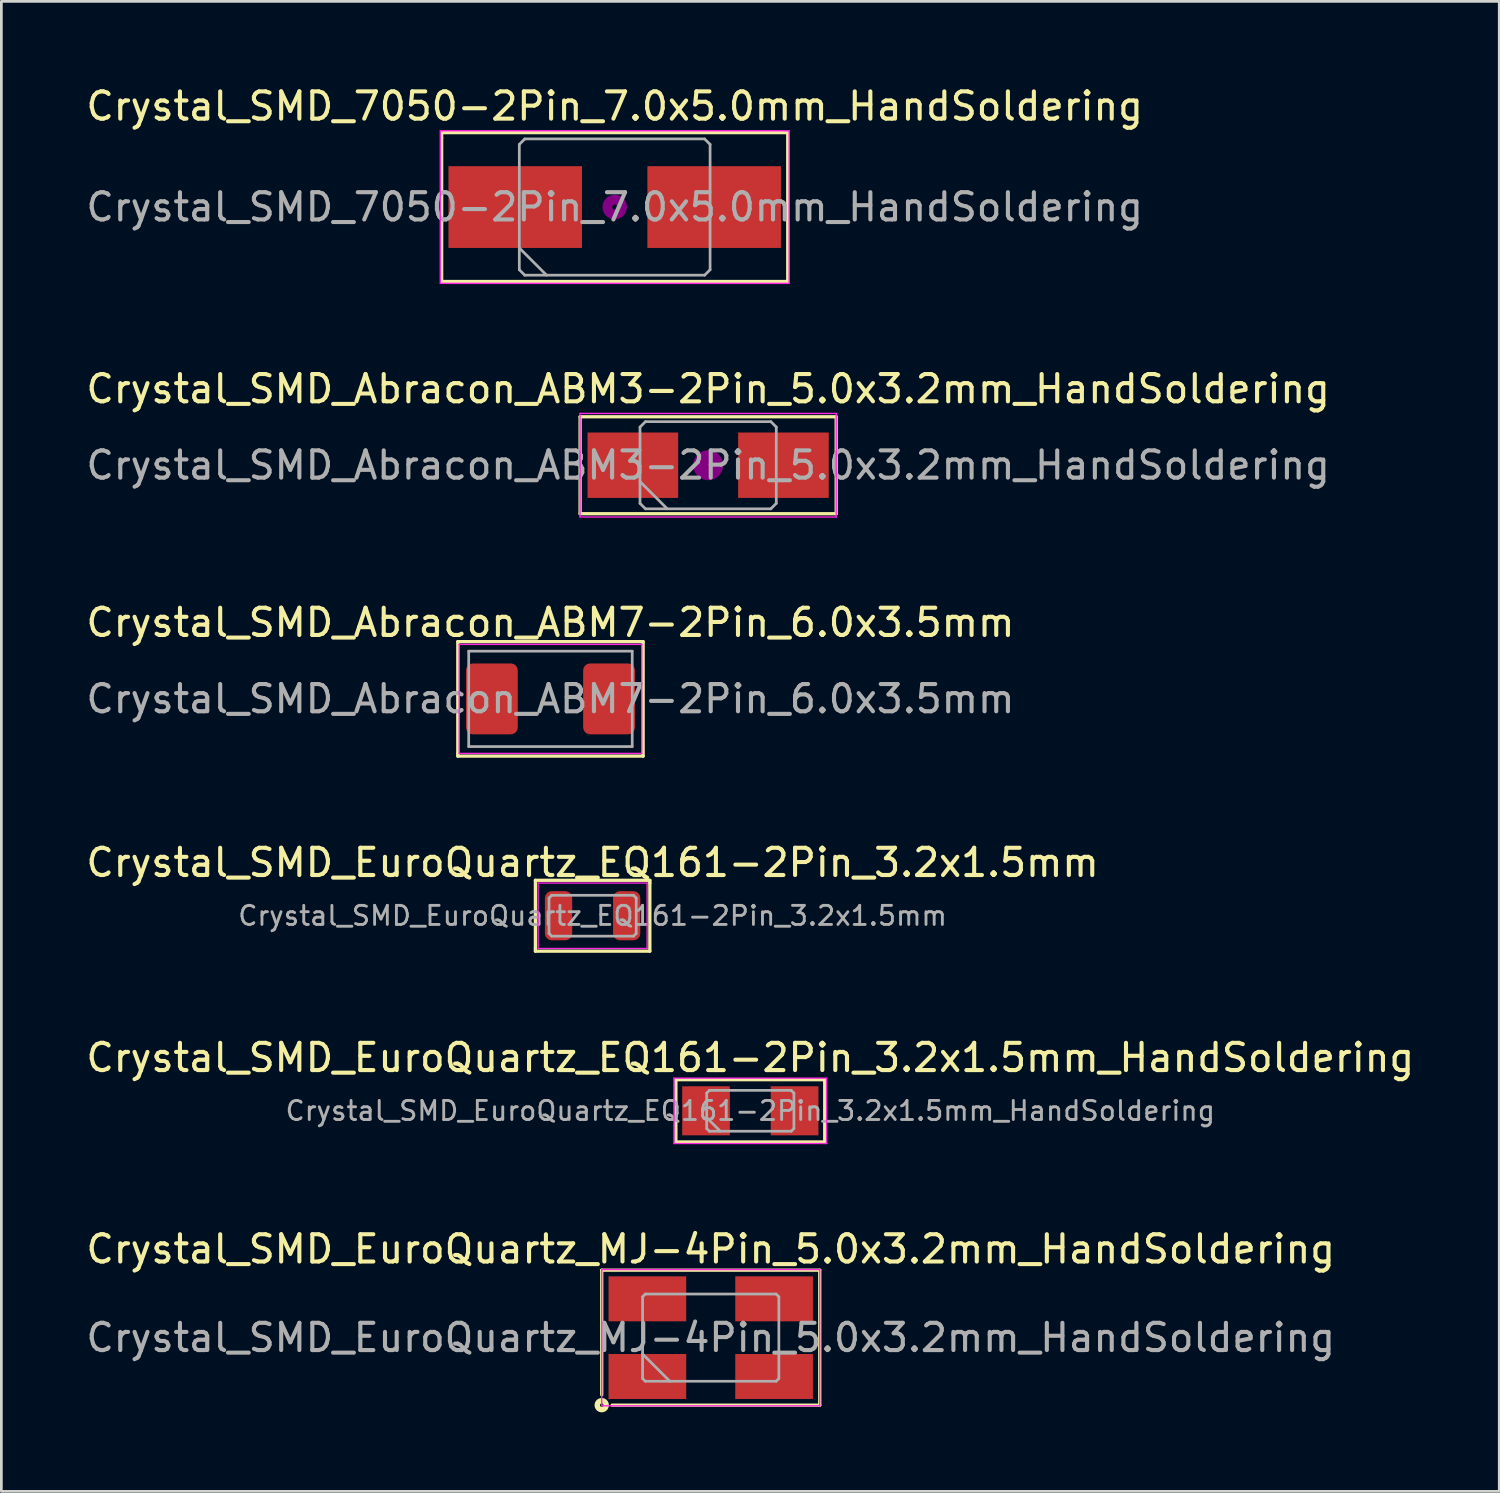
<source format=kicad_pcb>
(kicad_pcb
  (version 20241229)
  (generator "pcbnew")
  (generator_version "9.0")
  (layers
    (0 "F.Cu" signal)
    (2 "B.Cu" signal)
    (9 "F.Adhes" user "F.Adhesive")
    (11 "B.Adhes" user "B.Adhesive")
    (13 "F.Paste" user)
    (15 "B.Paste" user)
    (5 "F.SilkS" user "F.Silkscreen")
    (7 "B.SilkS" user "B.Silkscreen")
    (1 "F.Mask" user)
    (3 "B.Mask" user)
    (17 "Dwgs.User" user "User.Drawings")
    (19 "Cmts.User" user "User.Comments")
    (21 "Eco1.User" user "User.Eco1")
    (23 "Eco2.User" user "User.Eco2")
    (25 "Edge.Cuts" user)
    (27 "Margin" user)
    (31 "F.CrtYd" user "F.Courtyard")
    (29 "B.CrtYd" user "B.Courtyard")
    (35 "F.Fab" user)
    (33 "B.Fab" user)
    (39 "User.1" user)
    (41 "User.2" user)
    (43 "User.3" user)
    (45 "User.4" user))
  (footprint "Crystal_SMD_EuroQuartz_EQ161-2Pin_3.2x1.5mm"
    (layer "F.Cu")
    (at 18.696 30.553)
    (property "Reference" "Crystal_SMD_EuroQuartz_EQ161-2Pin_3.2x1.5mm" (at 0 -1.95 0) (layer "F.SilkS") (effects (font (size 1 1) (thickness 0.15))))
    (attr smd)
    (fp_line (start -2.1 -1.3) (end -2.1 1.2) (stroke (width 0.12) (type solid)) (layer "F.SilkS"))
    (fp_line (start -2.1 1.2) (end -2.1 1.3) (stroke (width 0.12) (type solid)) (layer "F.SilkS"))
    (fp_line (start -2.1 1.3) (end 2.1 1.3) (stroke (width 0.12) (type solid)) (layer "F.SilkS"))
    (fp_line (start 2.1 -1.3) (end -2.1 -1.3) (stroke (width 0.12) (type solid)) (layer "F.SilkS"))
    (fp_line (start 2.1 -1.2) (end 2.1 -1.3) (stroke (width 0.12) (type solid)) (layer "F.SilkS"))
    (fp_line (start 2.1 1.3) (end 2.1 -1.2) (stroke (width 0.12) (type solid)) (layer "F.SilkS"))
    (fp_line (start -2 -1.2) (end -2 1.2) (stroke (width 0.05) (type solid)) (layer "F.CrtYd"))
    (fp_line (start -2 1.2) (end 2 1.2) (stroke (width 0.05) (type solid)) (layer "F.CrtYd"))
    (fp_line (start 2 -1.2) (end -2 -1.2) (stroke (width 0.05) (type solid)) (layer "F.CrtYd"))
    (fp_line (start 2 1.2) (end 2 -1.2) (stroke (width 0.05) (type solid)) (layer "F.CrtYd"))
    (fp_line (start -1.6 -0.65) (end -1.5 -0.75) (stroke (width 0.1) (type solid)) (layer "F.Fab"))
    (fp_line (start -1.6 0.65) (end -1.6 -0.65) (stroke (width 0.1) (type solid)) (layer "F.Fab"))
    (fp_line (start -1.5 -0.75) (end 1.5 -0.75) (stroke (width 0.1) (type solid)) (layer "F.Fab"))
    (fp_line (start -1.5 0.75) (end -1.6 0.65) (stroke (width 0.1) (type solid)) (layer "F.Fab"))
    (fp_line (start 1.5 -0.75) (end 1.6 -0.65) (stroke (width 0.1) (type solid)) (layer "F.Fab"))
    (fp_line (start 1.5 0.75) (end -1.5 0.75) (stroke (width 0.1) (type solid)) (layer "F.Fab"))
    (fp_line (start 1.6 -0.65) (end 1.6 0.65) (stroke (width 0.1) (type solid)) (layer "F.Fab"))
    (fp_line (start 1.6 0.65) (end 1.5 0.75) (stroke (width 0.1) (type solid)) (layer "F.Fab"))
    (fp_text user "${REFERENCE}" (at 0 0 0) (layer "F.Fab") (effects (font (size 0.7 0.7) (thickness 0.105))))
    (pad "1" smd roundrect (at -1.25 0) (size 1 1.8) (layers "F.Cu" "F.Mask" "F.Paste") (roundrect_rratio 0.25))
    (pad "2" smd roundrect (at 1.25 0) (size 1 1.8) (layers "F.Cu" "F.Mask" "F.Paste") (roundrect_rratio 0.25)))
  (footprint "Crystal_SMD_EuroQuartz_EQ161-2Pin_3.2x1.5mm_HandSoldering"
    (layer "F.Cu")
    (at 24.482 37.711)
    (property "Reference" "Crystal_SMD_EuroQuartz_EQ161-2Pin_3.2x1.5mm_HandSoldering" (at 0 -1.95 0) (layer "F.SilkS") (effects (font (size 1 1) (thickness 0.15))))
    (attr smd)
    (fp_line (start -2.731 -1.143) (end -2.731 1.143) (stroke (width 0.12) (type solid)) (layer "F.SilkS"))
    (fp_line (start -2.731 1.143) (end 2.731 1.143) (stroke (width 0.12) (type solid)) (layer "F.SilkS"))
    (fp_line (start 2.731 -1.143) (end -2.731 -1.143) (stroke (width 0.12) (type solid)) (layer "F.SilkS"))
    (fp_line (start 2.731 -1.079) (end 2.731 -1.143) (stroke (width 0.12) (type solid)) (layer "F.SilkS"))
    (fp_line (start 2.731 1.143) (end 2.731 -1.079) (stroke (width 0.12) (type solid)) (layer "F.SilkS"))
    (fp_line (start -2.8 -1.2) (end -2.8 1.2) (stroke (width 0.05) (type solid)) (layer "F.CrtYd"))
    (fp_line (start -2.8 1.2) (end 2.8 1.2) (stroke (width 0.05) (type solid)) (layer "F.CrtYd"))
    (fp_line (start 2.8 -1.2) (end -2.8 -1.2) (stroke (width 0.05) (type solid)) (layer "F.CrtYd"))
    (fp_line (start 2.8 1.2) (end 2.8 -1.2) (stroke (width 0.05) (type solid)) (layer "F.CrtYd"))
    (fp_line (start -1.6 -0.65) (end -1.5 -0.75) (stroke (width 0.1) (type solid)) (layer "F.Fab"))
    (fp_line (start -1.6 0.25) (end -1.1 0.75) (stroke (width 0.1) (type solid)) (layer "F.Fab"))
    (fp_line (start -1.6 0.65) (end -1.6 -0.65) (stroke (width 0.1) (type solid)) (layer "F.Fab"))
    (fp_line (start -1.5 -0.75) (end 1.5 -0.75) (stroke (width 0.1) (type solid)) (layer "F.Fab"))
    (fp_line (start -1.5 0.75) (end -1.6 0.65) (stroke (width 0.1) (type solid)) (layer "F.Fab"))
    (fp_line (start 1.5 -0.75) (end 1.6 -0.65) (stroke (width 0.1) (type solid)) (layer "F.Fab"))
    (fp_line (start 1.5 0.75) (end -1.5 0.75) (stroke (width 0.1) (type solid)) (layer "F.Fab"))
    (fp_line (start 1.6 -0.65) (end 1.6 0.65) (stroke (width 0.1) (type solid)) (layer "F.Fab"))
    (fp_line (start 1.6 0.65) (end 1.5 0.75) (stroke (width 0.1) (type solid)) (layer "F.Fab"))
    (fp_text user "${REFERENCE}" (at 0 0 0) (layer "F.Fab") (effects (font (size 0.7 0.7) (thickness 0.105))))
    (pad "1" smd rect (at -1.625 0) (size 1.75 1.8) (layers "F.Cu" "F.Mask" "F.Paste"))
    (pad "2" smd rect (at 1.625 0) (size 1.75 1.8) (layers "F.Cu" "F.Mask" "F.Paste")))
  (footprint "Crystal_SMD_EuroQuartz_MJ-4Pin_5.0x3.2mm_HandSoldering"
    (layer "F.Cu")
    (at 23.03 46.035)
    (property "Reference" "Crystal_SMD_EuroQuartz_MJ-4Pin_5.0x3.2mm_HandSoldering" (at 0 -3.25 0) (layer "F.SilkS") (effects (font (size 1 1) (thickness 0.15))))
    (attr smd)
    (fp_line (start -4 -2.477) (end 4 -2.477) (stroke (width 0.12) (type solid)) (layer "F.SilkS"))
    (fp_line (start -4 2.095) (end -4 -2.477) (stroke (width 0.12) (type solid)) (layer "F.SilkS"))
    (fp_line (start 4 -2.477) (end 4 2.477) (stroke (width 0.12) (type solid)) (layer "F.SilkS"))
    (fp_line (start 4 2.477) (end -3.619 2.477) (stroke (width 0.12) (type solid)) (layer "F.SilkS"))
    (fp_circle (center -4 2.477) (end -3.937 2.477) (stroke (width 0.2) (type solid)) (fill no) (layer "F.SilkS"))
    (fp_line (start -4 -2.5) (end -4 2.5) (stroke (width 0.05) (type solid)) (layer "F.CrtYd"))
    (fp_line (start -4 2.5) (end 4 2.5) (stroke (width 0.05) (type solid)) (layer "F.CrtYd"))
    (fp_line (start 4 -2.5) (end -4 -2.5) (stroke (width 0.05) (type solid)) (layer "F.CrtYd"))
    (fp_line (start 4 2.5) (end 4 -2.5) (stroke (width 0.05) (type solid)) (layer "F.CrtYd"))
    (fp_line (start -2.5 -1.5) (end -2.4 -1.6) (stroke (width 0.1) (type solid)) (layer "F.Fab"))
    (fp_line (start -2.5 0.6) (end -1.5 1.6) (stroke (width 0.1) (type solid)) (layer "F.Fab"))
    (fp_line (start -2.5 1.5) (end -2.5 -1.5) (stroke (width 0.1) (type solid)) (layer "F.Fab"))
    (fp_line (start -2.4 -1.6) (end 2.4 -1.6) (stroke (width 0.1) (type solid)) (layer "F.Fab"))
    (fp_line (start -2.4 1.6) (end -2.5 1.5) (stroke (width 0.1) (type solid)) (layer "F.Fab"))
    (fp_line (start 2.4 -1.6) (end 2.5 -1.5) (stroke (width 0.1) (type solid)) (layer "F.Fab"))
    (fp_line (start 2.4 1.6) (end -2.4 1.6) (stroke (width 0.1) (type solid)) (layer "F.Fab"))
    (fp_line (start 2.5 -1.5) (end 2.5 1.5) (stroke (width 0.1) (type solid)) (layer "F.Fab"))
    (fp_line (start 2.5 1.5) (end 2.4 1.6) (stroke (width 0.1) (type solid)) (layer "F.Fab"))
    (fp_text user "${REFERENCE}" (at 0 0 0) (layer "F.Fab") (effects (font (size 1 1) (thickness 0.15))))
    (pad "1" smd rect (at -2.325 1.425) (size 2.85 1.65) (layers "F.Cu" "F.Mask" "F.Paste"))
    (pad "2" smd rect (at 2.325 1.425) (size 2.85 1.65) (layers "F.Cu" "F.Mask" "F.Paste"))
    (pad "3" smd rect (at 2.325 -1.425) (size 2.85 1.65) (layers "F.Cu" "F.Mask" "F.Paste"))
    (pad "4" smd rect (at -2.325 -1.425) (size 2.85 1.65) (layers "F.Cu" "F.Mask" "F.Paste")))
  (footprint "Crystal_SMD_7050-2Pin_7.0x5.0mm_HandSoldering"
    (layer "F.Cu")
    (at 19.506 4.548)
    (property "Reference" "Crystal_SMD_7050-2Pin_7.0x5.0mm_HandSoldering" (at 0 -3.7 0) (layer "F.SilkS") (effects (font (size 1 1) (thickness 0.15))))
    (attr smd)
    (fp_line (start -6.35 -2.731) (end -6.35 -2.54) (stroke (width 0.12) (type solid)) (layer "F.SilkS"))
    (fp_line (start -6.35 -2.54) (end -6.35 2.731) (stroke (width 0.12) (type solid)) (layer "F.SilkS"))
    (fp_line (start -6.35 2.731) (end 6.35 2.731) (stroke (width 0.12) (type solid)) (layer "F.SilkS"))
    (fp_line (start 6.35 -2.731) (end -6.35 -2.731) (stroke (width 0.12) (type solid)) (layer "F.SilkS"))
    (fp_line (start 6.35 2.731) (end 6.35 -2.731) (stroke (width 0.12) (type solid)) (layer "F.SilkS"))
    (fp_circle (center 0 0) (end 0.093 0) (stroke (width 0.187) (type solid)) (fill no) (layer "F.Adhes"))
    (fp_circle (center 0 0) (end 0.213 0) (stroke (width 0.133) (type solid)) (fill no) (layer "F.Adhes"))
    (fp_circle (center 0 0) (end 0.333 0) (stroke (width 0.133) (type solid)) (fill no) (layer "F.Adhes"))
    (fp_circle (center 0 0) (end 0.4 0) (stroke (width 0.1) (type solid)) (fill no) (layer "F.Adhes"))
    (fp_line (start -6.4 -2.8) (end -6.4 2.8) (stroke (width 0.05) (type solid)) (layer "F.CrtYd"))
    (fp_line (start -6.4 2.8) (end 6.4 2.8) (stroke (width 0.05) (type solid)) (layer "F.CrtYd"))
    (fp_line (start 6.4 -2.8) (end -6.4 -2.8) (stroke (width 0.05) (type solid)) (layer "F.CrtYd"))
    (fp_line (start 6.4 2.8) (end 6.4 -2.8) (stroke (width 0.05) (type solid)) (layer "F.CrtYd"))
    (fp_line (start -3.5 -2.3) (end -3.3 -2.5) (stroke (width 0.1) (type solid)) (layer "F.Fab"))
    (fp_line (start -3.5 1.5) (end -2.5 2.5) (stroke (width 0.1) (type solid)) (layer "F.Fab"))
    (fp_line (start -3.5 2.3) (end -3.5 -2.3) (stroke (width 0.1) (type solid)) (layer "F.Fab"))
    (fp_line (start -3.3 -2.5) (end 3.3 -2.5) (stroke (width 0.1) (type solid)) (layer "F.Fab"))
    (fp_line (start -3.3 2.5) (end -3.5 2.3) (stroke (width 0.1) (type solid)) (layer "F.Fab"))
    (fp_line (start 3.3 -2.5) (end 3.5 -2.3) (stroke (width 0.1) (type solid)) (layer "F.Fab"))
    (fp_line (start 3.3 2.5) (end -3.3 2.5) (stroke (width 0.1) (type solid)) (layer "F.Fab"))
    (fp_line (start 3.5 -2.3) (end 3.5 2.3) (stroke (width 0.1) (type solid)) (layer "F.Fab"))
    (fp_line (start 3.5 2.3) (end 3.3 2.5) (stroke (width 0.1) (type solid)) (layer "F.Fab"))
    (fp_text user "${REFERENCE}" (at 0 0 0) (layer "F.Fab") (effects (font (size 1 1) (thickness 0.15))))
    (pad "1" smd rect (at -3.65 0) (size 4.9 3) (layers "F.Cu" "F.Mask" "F.Paste"))
    (pad "2" smd rect (at 3.65 0) (size 4.9 3) (layers "F.Cu" "F.Mask" "F.Paste")))
  (footprint "Crystal_SMD_Abracon_ABM7-2Pin_6.0x3.5mm"
    (layer "F.Cu")
    (at 17.149 22.595)
    (property "Reference" "Crystal_SMD_Abracon_ABM7-2Pin_6.0x3.5mm" (at 0 -2.8 0) (layer "F.SilkS") (effects (font (size 1 1) (thickness 0.15))))
    (attr smd)
    (fp_line (start -3.4 -2.1) (end -3.4 2) (stroke (width 0.12) (type solid)) (layer "F.SilkS"))
    (fp_line (start -3.4 2) (end -3.4 2.1) (stroke (width 0.12) (type solid)) (layer "F.SilkS"))
    (fp_line (start -3.4 2.1) (end 3.4 2.1) (stroke (width 0.12) (type solid)) (layer "F.SilkS"))
    (fp_line (start 3.4 -2.1) (end -3.4 -2.1) (stroke (width 0.12) (type solid)) (layer "F.SilkS"))
    (fp_line (start 3.4 2.1) (end 3.4 -2.1) (stroke (width 0.12) (type solid)) (layer "F.SilkS"))
    (fp_line (start -3.35 -2) (end -3.35 2) (stroke (width 0.05) (type solid)) (layer "F.CrtYd"))
    (fp_line (start -3.35 -2) (end 3.35 -2) (stroke (width 0.05) (type solid)) (layer "F.CrtYd"))
    (fp_line (start 3.35 2) (end -3.35 2) (stroke (width 0.05) (type solid)) (layer "F.CrtYd"))
    (fp_line (start 3.35 2) (end 3.35 -2) (stroke (width 0.05) (type solid)) (layer "F.CrtYd"))
    (fp_line (start -3 -1.75) (end -3 1.75) (stroke (width 0.1) (type solid)) (layer "F.Fab"))
    (fp_line (start -3 -1.75) (end 3 -1.75) (stroke (width 0.1) (type solid)) (layer "F.Fab"))
    (fp_line (start -3 1.75) (end 3 1.75) (stroke (width 0.1) (type solid)) (layer "F.Fab"))
    (fp_line (start 3 -1.75) (end 3 1.75) (stroke (width 0.1) (type solid)) (layer "F.Fab"))
    (fp_text user "${REFERENCE}" (at 0 0 0) (layer "F.Fab") (effects (font (size 1 1) (thickness 0.15))))
    (pad "1" smd roundrect (at -2.15 0) (size 1.9 2.6) (layers "F.Cu" "F.Mask" "F.Paste") (roundrect_rratio 0.132))
    (pad "2" smd roundrect (at 2.15 0) (size 1.9 2.6) (layers "F.Cu" "F.Mask" "F.Paste") (roundrect_rratio 0.132)))
  (footprint "Crystal_SMD_Abracon_ABM3-2Pin_5.0x3.2mm_HandSoldering"
    (layer "F.Cu")
    (at 22.935 14.021)
    (property "Reference" "Crystal_SMD_Abracon_ABM3-2Pin_5.0x3.2mm_HandSoldering" (at 0 -2.8 0) (layer "F.SilkS") (effects (font (size 1 1) (thickness 0.15))))
    (attr smd)
    (fp_line (start -4.699 -1.778) (end -4.699 1.778) (stroke (width 0.12) (type solid)) (layer "F.SilkS"))
    (fp_line (start -4.699 1.778) (end 4.699 1.778) (stroke (width 0.12) (type solid)) (layer "F.SilkS"))
    (fp_line (start 4.699 -1.778) (end -4.699 -1.778) (stroke (width 0.12) (type solid)) (layer "F.SilkS"))
    (fp_line (start 4.699 1.778) (end 4.699 -1.778) (stroke (width 0.12) (type solid)) (layer "F.SilkS"))
    (fp_circle (center 0 0) (end 0.117 0) (stroke (width 0.233) (type solid)) (fill no) (layer "F.Adhes"))
    (fp_circle (center 0 0) (end 0.267 0) (stroke (width 0.167) (type solid)) (fill no) (layer "F.Adhes"))
    (fp_circle (center 0 0) (end 0.417 0) (stroke (width 0.167) (type solid)) (fill no) (layer "F.Adhes"))
    (fp_circle (center 0 0) (end 0.5 0) (stroke (width 0.1) (type solid)) (fill no) (layer "F.Adhes"))
    (fp_line (start -4.7 -1.9) (end -4.7 1.9) (stroke (width 0.05) (type solid)) (layer "F.CrtYd"))
    (fp_line (start -4.7 1.9) (end 4.7 1.9) (stroke (width 0.05) (type solid)) (layer "F.CrtYd"))
    (fp_line (start 4.7 -1.9) (end -4.7 -1.9) (stroke (width 0.05) (type solid)) (layer "F.CrtYd"))
    (fp_line (start 4.7 1.9) (end 4.7 -1.9) (stroke (width 0.05) (type solid)) (layer "F.CrtYd"))
    (fp_line (start -2.5 -1.4) (end -2.3 -1.6) (stroke (width 0.1) (type solid)) (layer "F.Fab"))
    (fp_line (start -2.5 0.6) (end -1.5 1.6) (stroke (width 0.1) (type solid)) (layer "F.Fab"))
    (fp_line (start -2.5 1.4) (end -2.5 -1.4) (stroke (width 0.1) (type solid)) (layer "F.Fab"))
    (fp_line (start -2.3 -1.6) (end 2.3 -1.6) (stroke (width 0.1) (type solid)) (layer "F.Fab"))
    (fp_line (start -2.3 1.6) (end -2.5 1.4) (stroke (width 0.1) (type solid)) (layer "F.Fab"))
    (fp_line (start 2.3 -1.6) (end 2.5 -1.4) (stroke (width 0.1) (type solid)) (layer "F.Fab"))
    (fp_line (start 2.3 1.6) (end -2.3 1.6) (stroke (width 0.1) (type solid)) (layer "F.Fab"))
    (fp_line (start 2.5 -1.4) (end 2.5 1.4) (stroke (width 0.1) (type solid)) (layer "F.Fab"))
    (fp_line (start 2.5 1.4) (end 2.3 1.6) (stroke (width 0.1) (type solid)) (layer "F.Fab"))
    (fp_text user "${REFERENCE}" (at 0 0 0) (layer "F.Fab") (effects (font (size 1 1) (thickness 0.15))))
    (pad "1" smd rect (at -2.763 0) (size 3.325 2.4) (layers "F.Cu" "F.Mask" "F.Paste"))
    (pad "2" smd rect (at 2.763 0) (size 3.325 2.4) (layers "F.Cu" "F.Mask" "F.Paste")))
  (gr_rect
    (start -3 -3)
    (end 51.964 51.675)
    (stroke (width 0.1) (type default))
    (fill no)
    (layer "Edge.Cuts")))
</source>
